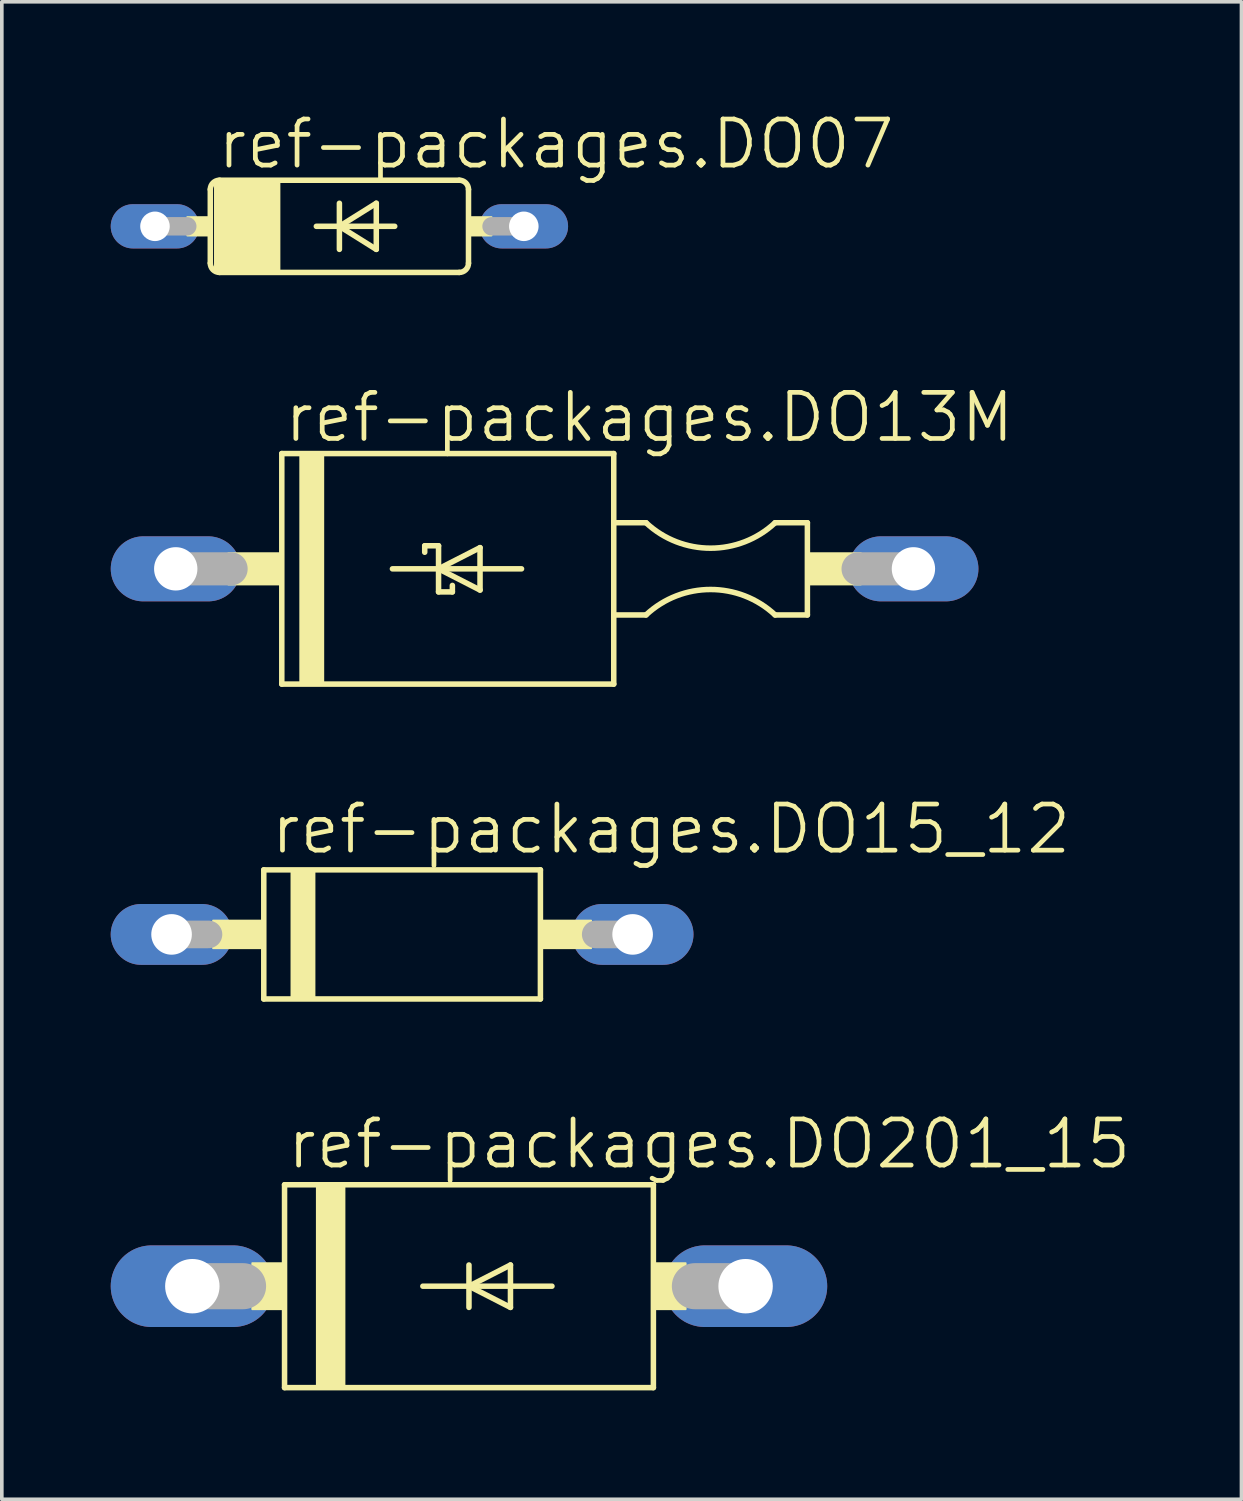
<source format=kicad_pcb>
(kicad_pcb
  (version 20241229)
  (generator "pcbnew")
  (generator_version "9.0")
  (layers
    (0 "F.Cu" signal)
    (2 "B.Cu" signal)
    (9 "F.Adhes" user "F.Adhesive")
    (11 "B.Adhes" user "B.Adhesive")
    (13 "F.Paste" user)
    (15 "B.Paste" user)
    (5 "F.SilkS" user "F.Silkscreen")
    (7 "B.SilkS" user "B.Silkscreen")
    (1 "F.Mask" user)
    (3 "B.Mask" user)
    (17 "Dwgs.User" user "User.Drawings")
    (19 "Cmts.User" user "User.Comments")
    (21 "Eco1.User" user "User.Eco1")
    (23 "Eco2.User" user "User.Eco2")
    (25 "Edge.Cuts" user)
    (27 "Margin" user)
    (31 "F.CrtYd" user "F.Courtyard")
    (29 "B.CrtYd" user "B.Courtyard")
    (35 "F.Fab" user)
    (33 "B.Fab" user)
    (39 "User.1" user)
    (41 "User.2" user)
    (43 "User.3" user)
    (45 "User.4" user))
  (footprint "ref-packages.DO07"
    (layer "F.Cu")
    (at 6.299 3.184)
    (property "Reference" "ref-packages.DO07" (at -3.429 -1.524 0) (layer "F.SilkS") (effects (font (size 1.27 1.27) (thickness 0.13)) (justify left bottom)))
    (attr through_hole)
    (fp_line (start -3.556 -1.016) (end -3.556 1.016) (stroke (width 0.152) (type default)) (layer "F.SilkS"))
    (fp_line (start -3.302 -1.27) (end 3.302 -1.27) (stroke (width 0.152) (type default)) (layer "F.SilkS"))
    (fp_line (start -3.302 1.27) (end 3.302 1.27) (stroke (width 0.152) (type default)) (layer "F.SilkS"))
    (fp_line (start -0.635 0) (end 0 0) (stroke (width 0.152) (type default)) (layer "F.SilkS"))
    (fp_line (start 0 -0.635) (end 0 0) (stroke (width 0.152) (type default)) (layer "F.SilkS"))
    (fp_line (start 0 0) (end 0 0.635) (stroke (width 0.152) (type default)) (layer "F.SilkS"))
    (fp_line (start 0 0) (end 1.016 -0.635) (stroke (width 0.152) (type default)) (layer "F.SilkS"))
    (fp_line (start 0 0) (end 1.524 0) (stroke (width 0.152) (type default)) (layer "F.SilkS"))
    (fp_line (start 1.016 -0.635) (end 1.016 0.635) (stroke (width 0.152) (type default)) (layer "F.SilkS"))
    (fp_line (start 1.016 0.635) (end 0 0) (stroke (width 0.152) (type default)) (layer "F.SilkS"))
    (fp_line (start 3.556 1.016) (end 3.556 -1.016) (stroke (width 0.152) (type default)) (layer "F.SilkS"))
    (fp_rect (start -4.191 0.254) (end -3.556 -0.254) (stroke (width 0.05) (type default)) (fill yes) (layer "F.SilkS"))
    (fp_rect (start -3.429 1.27) (end -1.651 -1.27) (stroke (width 0.05) (type default)) (fill yes) (layer "F.SilkS"))
    (fp_rect (start 3.556 0.254) (end 4.191 -0.254) (stroke (width 0.05) (type default)) (fill yes) (layer "F.SilkS"))
    (fp_arc (start -3.556 -1.016) (mid -3.481605 -1.195605) (end -3.302 -1.27) (stroke (width 0.1524) (type default)) (layer "F.SilkS"))
    (fp_arc (start -3.302 1.27) (mid -3.481605 1.195605) (end -3.556 1.016) (stroke (width 0.1524) (type default)) (layer "F.SilkS"))
    (fp_arc (start 3.302 -1.27) (mid 3.481605 -1.195605) (end 3.556 -1.016) (stroke (width 0.1524) (type default)) (layer "F.SilkS"))
    (fp_arc (start 3.556 1.016) (mid 3.481605 1.195605) (end 3.302 1.27) (stroke (width 0.1524) (type default)) (layer "F.SilkS"))
    (fp_line (start -5.08 0) (end -4.191 0) (stroke (width 0.508) (type default)) (layer "F.Fab"))
    (fp_line (start 5.08 0) (end 4.191 0) (stroke (width 0.508) (type default)) (layer "F.Fab"))
    (pad "A" thru_hole oval (at 5.08 0) (size 2.438 1.219) (drill 0.813) (layers "*.Cu" "*.Mask"))
    (pad "C" thru_hole oval (at -5.08 0) (size 2.438 1.219) (drill 0.813) (layers "*.Cu" "*.Mask")))
  (footprint "ref-packages.DO201_15"
    (layer "F.Cu")
    (at 9.868 32.379)
    (property "Reference" "ref-packages.DO201_15" (at -5.08 -3.175 0) (layer "F.SilkS") (effects (font (size 1.27 1.27) (thickness 0.13)) (justify left bottom)))
    (attr through_hole)
    (fp_line (start -5.08 -2.794) (end 5.08 -2.794) (stroke (width 0.152) (type default)) (layer "F.SilkS"))
    (fp_line (start -5.08 2.794) (end -5.08 -2.794) (stroke (width 0.152) (type default)) (layer "F.SilkS"))
    (fp_line (start -1.27 0) (end 0 0) (stroke (width 0.152) (type default)) (layer "F.SilkS"))
    (fp_line (start 0 -0.584) (end 0 0) (stroke (width 0.152) (type default)) (layer "F.SilkS"))
    (fp_line (start 0 0) (end 0 0.584) (stroke (width 0.152) (type default)) (layer "F.SilkS"))
    (fp_line (start 0 0) (end 1.143 -0.584) (stroke (width 0.152) (type default)) (layer "F.SilkS"))
    (fp_line (start 0 0) (end 2.286 0) (stroke (width 0.152) (type default)) (layer "F.SilkS"))
    (fp_line (start 1.143 -0.584) (end 1.143 0.584) (stroke (width 0.152) (type default)) (layer "F.SilkS"))
    (fp_line (start 1.143 0.584) (end 0 0) (stroke (width 0.152) (type default)) (layer "F.SilkS"))
    (fp_line (start 5.08 -2.794) (end 5.08 2.794) (stroke (width 0.152) (type default)) (layer "F.SilkS"))
    (fp_line (start 5.08 2.794) (end -5.08 2.794) (stroke (width 0.152) (type default)) (layer "F.SilkS"))
    (fp_rect (start -5.969 0.635) (end -5.08 -0.635) (stroke (width 0.05) (type default)) (fill yes) (layer "F.SilkS"))
    (fp_rect (start -4.191 2.794) (end -3.429 -2.794) (stroke (width 0.05) (type default)) (fill yes) (layer "F.SilkS"))
    (fp_rect (start 5.08 0.635) (end 5.969 -0.635) (stroke (width 0.05) (type default)) (fill yes) (layer "F.SilkS"))
    (fp_line (start -7.62 0) (end -6.223 0) (stroke (width 1.27) (type default)) (layer "F.Fab"))
    (fp_line (start 7.62 0) (end 6.223 0) (stroke (width 1.27) (type default)) (layer "F.Fab"))
    (pad "A" thru_hole oval (at 7.62 0) (size 4.496 2.248) (drill 1.499) (layers "*.Cu" "*.Mask"))
    (pad "C" thru_hole oval (at -7.62 0) (size 4.496 2.248) (drill 1.499) (layers "*.Cu" "*.Mask")))
  (footprint "ref-packages.DO15_12"
    (layer "F.Cu")
    (at 8.026 22.689)
    (property "Reference" "ref-packages.DO15_12" (at -3.683 -2.159 0) (layer "F.SilkS") (effects (font (size 1.27 1.27) (thickness 0.13)) (justify left bottom)))
    (attr through_hole)
    (fp_line (start -3.81 -1.778) (end -3.81 1.778) (stroke (width 0.152) (type default)) (layer "F.SilkS"))
    (fp_line (start -3.81 1.778) (end 3.81 1.778) (stroke (width 0.152) (type default)) (layer "F.SilkS"))
    (fp_line (start 3.81 -1.778) (end -3.81 -1.778) (stroke (width 0.152) (type default)) (layer "F.SilkS"))
    (fp_line (start 3.81 1.778) (end 3.81 -1.778) (stroke (width 0.152) (type default)) (layer "F.SilkS"))
    (fp_rect (start -5.207 0.381) (end -3.81 -0.381) (stroke (width 0.05) (type default)) (fill yes) (layer "F.SilkS"))
    (fp_rect (start -3.048 1.778) (end -2.413 -1.778) (stroke (width 0.05) (type default)) (fill yes) (layer "F.SilkS"))
    (fp_rect (start 3.81 0.381) (end 5.207 -0.381) (stroke (width 0.05) (type default)) (fill yes) (layer "F.SilkS"))
    (fp_line (start -6.35 0) (end -5.334 0) (stroke (width 0.762) (type default)) (layer "F.Fab"))
    (fp_line (start 6.35 0) (end 5.334 0) (stroke (width 0.762) (type default)) (layer "F.Fab"))
    (pad "A" thru_hole oval (at 6.35 0) (size 3.353 1.676) (drill 1.118) (layers "*.Cu" "*.Mask"))
    (pad "C" thru_hole oval (at -6.35 0) (size 3.353 1.676) (drill 1.118) (layers "*.Cu" "*.Mask")))
  (footprint "ref-packages.DO13M"
    (layer "F.Cu")
    (at 11.951 12.619)
    (property "Reference" "ref-packages.DO13M" (at -7.239 -3.429 0) (layer "F.SilkS") (effects (font (size 1.27 1.27) (thickness 0.13)) (justify left bottom)))
    (attr through_hole)
    (fp_line (start -7.239 -3.175) (end -7.239 3.175) (stroke (width 0.152) (type default)) (layer "F.SilkS"))
    (fp_line (start -7.239 3.175) (end 1.905 3.175) (stroke (width 0.152) (type default)) (layer "F.SilkS"))
    (fp_line (start -4.191 0) (end -2.921 0) (stroke (width 0.152) (type default)) (layer "F.SilkS"))
    (fp_line (start -3.302 -0.635) (end -2.921 -0.635) (stroke (width 0.152) (type default)) (layer "F.SilkS"))
    (fp_line (start -3.302 -0.457) (end -3.302 -0.635) (stroke (width 0.152) (type default)) (layer "F.SilkS"))
    (fp_line (start -2.921 -0.635) (end -2.921 0) (stroke (width 0.152) (type default)) (layer "F.SilkS"))
    (fp_line (start -2.921 0) (end -1.778 -0.584) (stroke (width 0.152) (type default)) (layer "F.SilkS"))
    (fp_line (start -2.921 0) (end -0.635 0) (stroke (width 0.152) (type default)) (layer "F.SilkS"))
    (fp_line (start -2.921 0.635) (end -2.921 0) (stroke (width 0.152) (type default)) (layer "F.SilkS"))
    (fp_line (start -2.54 0.457) (end -2.54 0.635) (stroke (width 0.152) (type default)) (layer "F.SilkS"))
    (fp_line (start -2.54 0.635) (end -2.921 0.635) (stroke (width 0.152) (type default)) (layer "F.SilkS"))
    (fp_line (start -1.778 -0.584) (end -1.778 0.584) (stroke (width 0.152) (type default)) (layer "F.SilkS"))
    (fp_line (start -1.778 0.584) (end -2.921 0) (stroke (width 0.152) (type default)) (layer "F.SilkS"))
    (fp_line (start 1.905 -3.175) (end -7.239 -3.175) (stroke (width 0.152) (type default)) (layer "F.SilkS"))
    (fp_line (start 1.905 -1.27) (end 1.905 -3.175) (stroke (width 0.152) (type default)) (layer "F.SilkS"))
    (fp_line (start 1.905 1.27) (end 1.905 -1.27) (stroke (width 0.152) (type default)) (layer "F.SilkS"))
    (fp_line (start 1.905 1.27) (end 2.794 1.27) (stroke (width 0.152) (type default)) (layer "F.SilkS"))
    (fp_line (start 1.905 3.175) (end 1.905 1.27) (stroke (width 0.152) (type default)) (layer "F.SilkS"))
    (fp_line (start 2.794 -1.27) (end 1.905 -1.27) (stroke (width 0.152) (type default)) (layer "F.SilkS"))
    (fp_line (start 6.35 1.27) (end 7.239 1.27) (stroke (width 0.152) (type default)) (layer "F.SilkS"))
    (fp_line (start 7.239 -1.27) (end 6.35 -1.27) (stroke (width 0.152) (type default)) (layer "F.SilkS"))
    (fp_line (start 7.239 1.27) (end 7.239 -1.27) (stroke (width 0.152) (type default)) (layer "F.SilkS"))
    (fp_rect (start -8.712 0.432) (end -7.239 -0.432) (stroke (width 0.05) (type default)) (fill yes) (layer "F.SilkS"))
    (fp_rect (start -6.731 3.175) (end -6.096 -3.175) (stroke (width 0.05) (type default)) (fill yes) (layer "F.SilkS"))
    (fp_rect (start 7.239 0.432) (end 8.712 -0.432) (stroke (width 0.05) (type default)) (fill yes) (layer "F.SilkS"))
    (fp_arc (start 2.794 1.27) (mid 4.572 0.569178) (end 6.35 1.27) (stroke (width 0.1524) (type default)) (layer "F.SilkS"))
    (fp_arc (start 6.35 -1.27) (mid 4.572 -0.569178) (end 2.794 -1.27) (stroke (width 0.1524) (type default)) (layer "F.SilkS"))
    (fp_line (start -8.636 0) (end -10.16 0) (stroke (width 0.914) (type default)) (layer "F.Fab"))
    (fp_line (start 10.16 0) (end 8.636 0) (stroke (width 0.914) (type default)) (layer "F.Fab"))
    (pad "A" thru_hole oval (at 10.16 0) (size 3.581 1.791) (drill 1.194) (layers "*.Cu" "*.Mask"))
    (pad "C" thru_hole oval (at -10.16 0) (size 3.581 1.791) (drill 1.194) (layers "*.Cu" "*.Mask")))
  (gr_rect
    (start -3 -3)
    (end 31.147 38.249)
    (stroke (width 0.1) (type default))
    (fill no)
    (layer "Edge.Cuts")))
</source>
